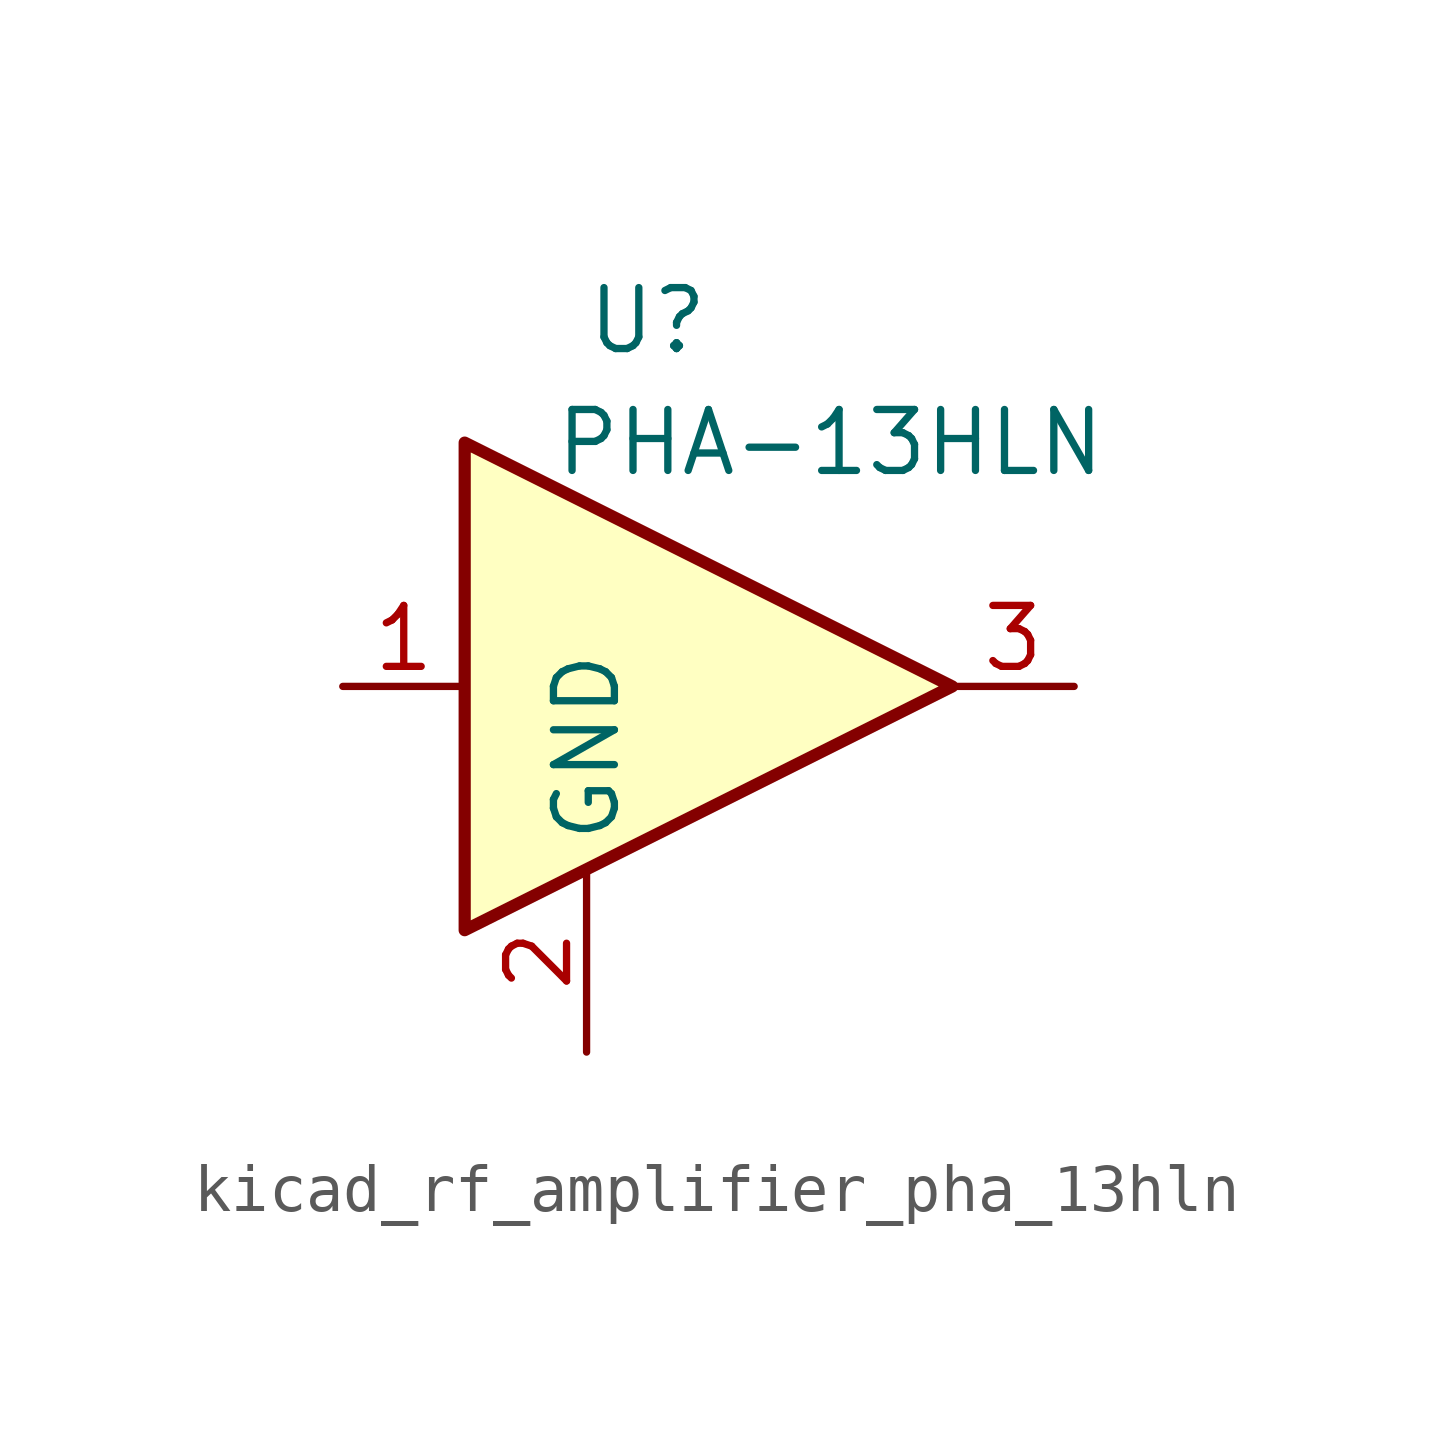
<source format=kicad_sym>
(kicad_symbol_lib
  (version 20220914)
  (generator kicad_symbol_editor)
  (symbol "kicad_rf_amplifier_pha_13hln"
    (property "Reference" "U"
      (at -1.27 7.62 0)
      (effects (font (size 1.27 1.27))))
    (property "Value" "PHA-13HLN"
      (at 2.54 5.08 0)
      (effects (font (size 1.27 1.27))))
    (symbol "kicad_rf_amplifier_pha_13hln_0_1"
      (polyline (pts (xy 5.08 0) (xy -5.08 5.08) (xy -5.08 -5.08) (xy 5.08 0)) (stroke (width 0.254) (type default)) (fill (type background))))
    (symbol "kicad_rf_amplifier_pha_13hln_1_1"
      (pin input line (at -7.62 0 0) (length 2.54) (name "~" (effects (font (size 1.27 1.27)))) (number "1" (effects (font (size 1.27 1.27)))))
      (pin power_in line (at -2.54 -7.62 90) (length 3.81) (name "GND" (effects (font (size 1.27 1.27)))) (number "2" (effects (font (size 1.27 1.27)))))
      (pin output line (at 7.62 0 180) (length 2.54) (name "~" (effects (font (size 1.27 1.27)))) (number "3" (effects (font (size 1.27 1.27))))))))
</source>
